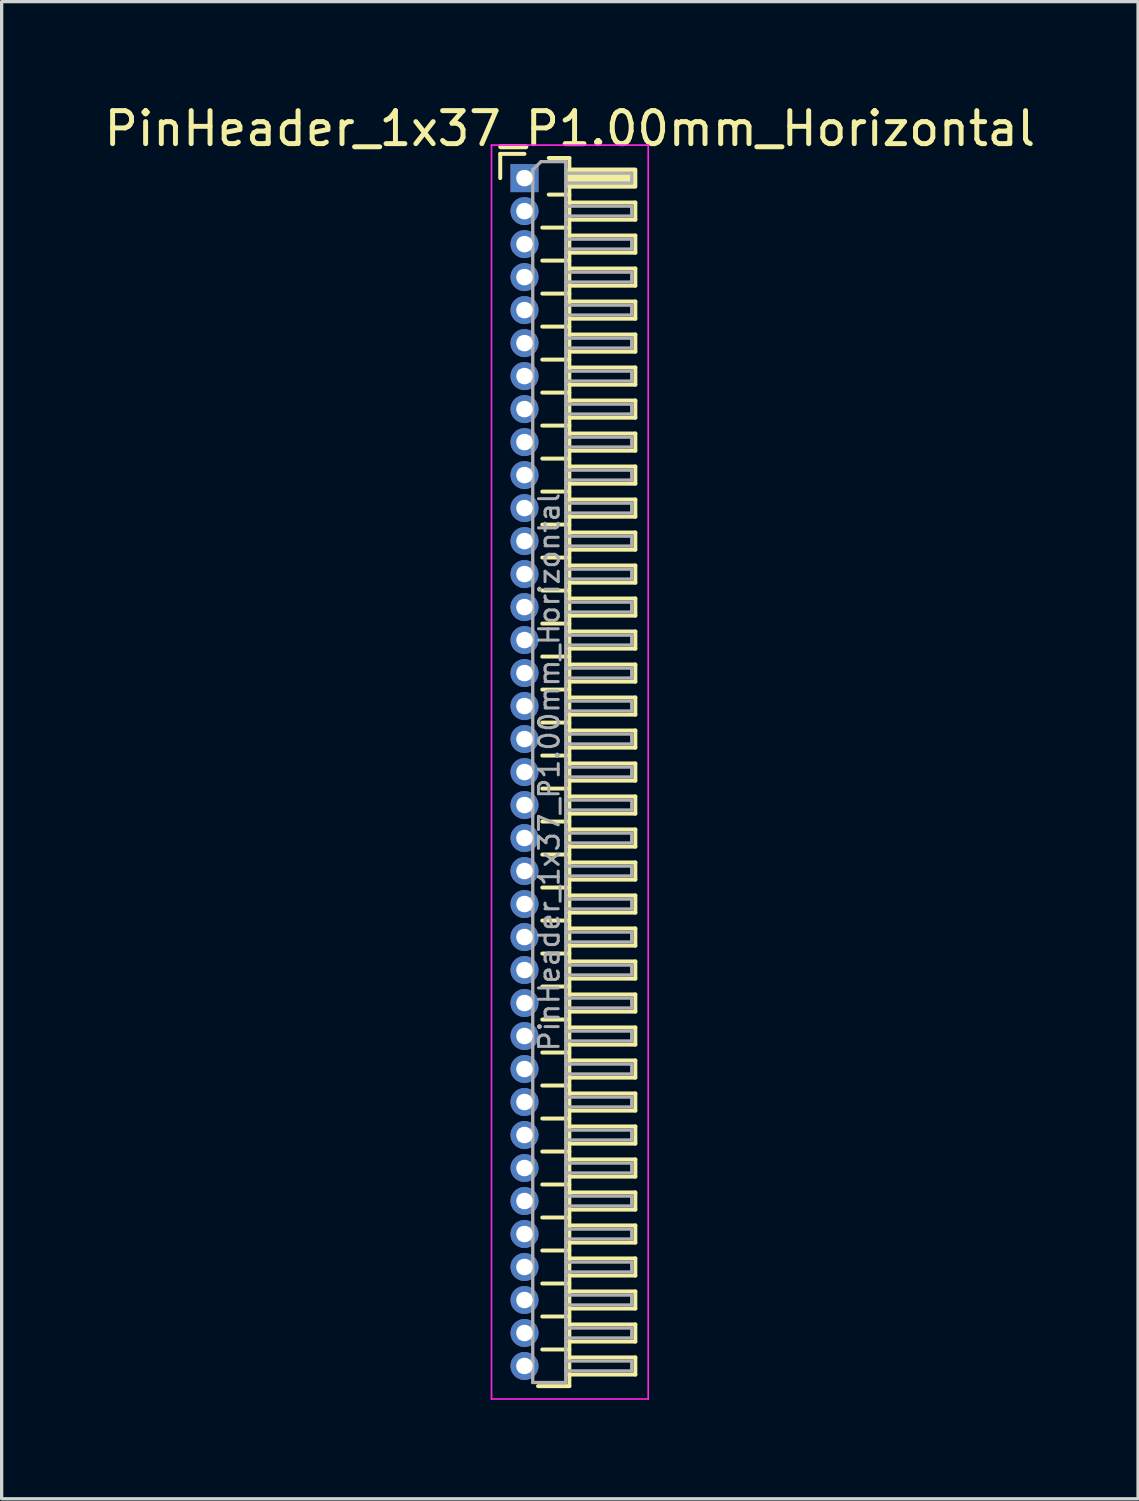
<source format=kicad_pcb>
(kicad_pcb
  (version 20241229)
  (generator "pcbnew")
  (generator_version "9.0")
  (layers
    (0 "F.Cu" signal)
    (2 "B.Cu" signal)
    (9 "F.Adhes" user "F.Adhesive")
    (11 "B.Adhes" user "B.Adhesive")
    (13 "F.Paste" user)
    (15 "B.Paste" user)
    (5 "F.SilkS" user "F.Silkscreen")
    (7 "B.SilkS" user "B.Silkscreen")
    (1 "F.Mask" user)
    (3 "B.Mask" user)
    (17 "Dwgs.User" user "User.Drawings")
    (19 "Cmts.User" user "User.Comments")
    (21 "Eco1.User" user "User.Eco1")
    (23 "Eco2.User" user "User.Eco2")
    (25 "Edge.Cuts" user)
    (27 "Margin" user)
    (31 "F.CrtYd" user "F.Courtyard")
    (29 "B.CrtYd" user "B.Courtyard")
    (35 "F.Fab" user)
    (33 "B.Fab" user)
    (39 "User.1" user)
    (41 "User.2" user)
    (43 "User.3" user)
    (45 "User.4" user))
  (footprint "PinHeader_1x37_P1.00mm_Horizontal"
    (layer "F.Cu")
    (at 12.845 2.348)
    (property "Reference" "PinHeader_1x37_P1.00mm_Horizontal" (at 1.375 -1.5 0) (layer "F.SilkS") (effects (font (size 1 1) (thickness 0.15))))
    (attr through_hole)
    (fp_line (start -0.735 -0.735) (end 0 -0.735) (stroke (width 0.12) (type solid)) (layer "F.SilkS"))
    (fp_line (start -0.735 0) (end -0.735 -0.735) (stroke (width 0.12) (type solid)) (layer "F.SilkS"))
    (fp_line (start 0.539 1.5) (end 1.36 1.5) (stroke (width 0.12) (type solid)) (layer "F.SilkS"))
    (fp_line (start 0.539 2.5) (end 1.36 2.5) (stroke (width 0.12) (type solid)) (layer "F.SilkS"))
    (fp_line (start 0.539 3.5) (end 1.36 3.5) (stroke (width 0.12) (type solid)) (layer "F.SilkS"))
    (fp_line (start 0.539 4.5) (end 1.36 4.5) (stroke (width 0.12) (type solid)) (layer "F.SilkS"))
    (fp_line (start 0.539 5.5) (end 1.36 5.5) (stroke (width 0.12) (type solid)) (layer "F.SilkS"))
    (fp_line (start 0.539 6.5) (end 1.36 6.5) (stroke (width 0.12) (type solid)) (layer "F.SilkS"))
    (fp_line (start 0.539 7.5) (end 1.36 7.5) (stroke (width 0.12) (type solid)) (layer "F.SilkS"))
    (fp_line (start 0.539 8.5) (end 1.36 8.5) (stroke (width 0.12) (type solid)) (layer "F.SilkS"))
    (fp_line (start 0.539 9.5) (end 1.36 9.5) (stroke (width 0.12) (type solid)) (layer "F.SilkS"))
    (fp_line (start 0.539 10.5) (end 1.36 10.5) (stroke (width 0.12) (type solid)) (layer "F.SilkS"))
    (fp_line (start 0.539 11.5) (end 1.36 11.5) (stroke (width 0.12) (type solid)) (layer "F.SilkS"))
    (fp_line (start 0.539 12.5) (end 1.36 12.5) (stroke (width 0.12) (type solid)) (layer "F.SilkS"))
    (fp_line (start 0.539 13.5) (end 1.36 13.5) (stroke (width 0.12) (type solid)) (layer "F.SilkS"))
    (fp_line (start 0.539 14.5) (end 1.36 14.5) (stroke (width 0.12) (type solid)) (layer "F.SilkS"))
    (fp_line (start 0.539 15.5) (end 1.36 15.5) (stroke (width 0.12) (type solid)) (layer "F.SilkS"))
    (fp_line (start 0.539 16.5) (end 1.36 16.5) (stroke (width 0.12) (type solid)) (layer "F.SilkS"))
    (fp_line (start 0.539 17.5) (end 1.36 17.5) (stroke (width 0.12) (type solid)) (layer "F.SilkS"))
    (fp_line (start 0.539 18.5) (end 1.36 18.5) (stroke (width 0.12) (type solid)) (layer "F.SilkS"))
    (fp_line (start 0.539 19.5) (end 1.36 19.5) (stroke (width 0.12) (type solid)) (layer "F.SilkS"))
    (fp_line (start 0.539 20.5) (end 1.36 20.5) (stroke (width 0.12) (type solid)) (layer "F.SilkS"))
    (fp_line (start 0.539 21.5) (end 1.36 21.5) (stroke (width 0.12) (type solid)) (layer "F.SilkS"))
    (fp_line (start 0.539 22.5) (end 1.36 22.5) (stroke (width 0.12) (type solid)) (layer "F.SilkS"))
    (fp_line (start 0.539 23.5) (end 1.36 23.5) (stroke (width 0.12) (type solid)) (layer "F.SilkS"))
    (fp_line (start 0.539 24.5) (end 1.36 24.5) (stroke (width 0.12) (type solid)) (layer "F.SilkS"))
    (fp_line (start 0.539 25.5) (end 1.36 25.5) (stroke (width 0.12) (type solid)) (layer "F.SilkS"))
    (fp_line (start 0.539 26.5) (end 1.36 26.5) (stroke (width 0.12) (type solid)) (layer "F.SilkS"))
    (fp_line (start 0.539 27.5) (end 1.36 27.5) (stroke (width 0.12) (type solid)) (layer "F.SilkS"))
    (fp_line (start 0.539 28.5) (end 1.36 28.5) (stroke (width 0.12) (type solid)) (layer "F.SilkS"))
    (fp_line (start 0.539 29.5) (end 1.36 29.5) (stroke (width 0.12) (type solid)) (layer "F.SilkS"))
    (fp_line (start 0.539 30.5) (end 1.36 30.5) (stroke (width 0.12) (type solid)) (layer "F.SilkS"))
    (fp_line (start 0.539 31.5) (end 1.36 31.5) (stroke (width 0.12) (type solid)) (layer "F.SilkS"))
    (fp_line (start 0.539 32.5) (end 1.36 32.5) (stroke (width 0.12) (type solid)) (layer "F.SilkS"))
    (fp_line (start 0.539 33.5) (end 1.36 33.5) (stroke (width 0.12) (type solid)) (layer "F.SilkS"))
    (fp_line (start 0.539 34.5) (end 1.36 34.5) (stroke (width 0.12) (type solid)) (layer "F.SilkS"))
    (fp_line (start 0.539 35.5) (end 1.36 35.5) (stroke (width 0.12) (type solid)) (layer "F.SilkS"))
    (fp_line (start 0.735 -0.61) (end 1.36 -0.61) (stroke (width 0.12) (type solid)) (layer "F.SilkS"))
    (fp_line (start 0.735 0.5) (end 1.36 0.5) (stroke (width 0.12) (type solid)) (layer "F.SilkS"))
    (fp_line (start 1.36 -0.61) (end 1.36 36.61) (stroke (width 0.12) (type solid)) (layer "F.SilkS"))
    (fp_line (start 1.36 0.74) (end 3.36 0.74) (stroke (width 0.12) (type solid)) (layer "F.SilkS"))
    (fp_line (start 1.36 1.74) (end 3.36 1.74) (stroke (width 0.12) (type solid)) (layer "F.SilkS"))
    (fp_line (start 1.36 2.74) (end 3.36 2.74) (stroke (width 0.12) (type solid)) (layer "F.SilkS"))
    (fp_line (start 1.36 3.74) (end 3.36 3.74) (stroke (width 0.12) (type solid)) (layer "F.SilkS"))
    (fp_line (start 1.36 4.74) (end 3.36 4.74) (stroke (width 0.12) (type solid)) (layer "F.SilkS"))
    (fp_line (start 1.36 5.74) (end 3.36 5.74) (stroke (width 0.12) (type solid)) (layer "F.SilkS"))
    (fp_line (start 1.36 6.74) (end 3.36 6.74) (stroke (width 0.12) (type solid)) (layer "F.SilkS"))
    (fp_line (start 1.36 7.74) (end 3.36 7.74) (stroke (width 0.12) (type solid)) (layer "F.SilkS"))
    (fp_line (start 1.36 8.74) (end 3.36 8.74) (stroke (width 0.12) (type solid)) (layer "F.SilkS"))
    (fp_line (start 1.36 9.74) (end 3.36 9.74) (stroke (width 0.12) (type solid)) (layer "F.SilkS"))
    (fp_line (start 1.36 10.74) (end 3.36 10.74) (stroke (width 0.12) (type solid)) (layer "F.SilkS"))
    (fp_line (start 1.36 11.74) (end 3.36 11.74) (stroke (width 0.12) (type solid)) (layer "F.SilkS"))
    (fp_line (start 1.36 12.74) (end 3.36 12.74) (stroke (width 0.12) (type solid)) (layer "F.SilkS"))
    (fp_line (start 1.36 13.74) (end 3.36 13.74) (stroke (width 0.12) (type solid)) (layer "F.SilkS"))
    (fp_line (start 1.36 14.74) (end 3.36 14.74) (stroke (width 0.12) (type solid)) (layer "F.SilkS"))
    (fp_line (start 1.36 15.74) (end 3.36 15.74) (stroke (width 0.12) (type solid)) (layer "F.SilkS"))
    (fp_line (start 1.36 16.74) (end 3.36 16.74) (stroke (width 0.12) (type solid)) (layer "F.SilkS"))
    (fp_line (start 1.36 17.74) (end 3.36 17.74) (stroke (width 0.12) (type solid)) (layer "F.SilkS"))
    (fp_line (start 1.36 18.74) (end 3.36 18.74) (stroke (width 0.12) (type solid)) (layer "F.SilkS"))
    (fp_line (start 1.36 19.74) (end 3.36 19.74) (stroke (width 0.12) (type solid)) (layer "F.SilkS"))
    (fp_line (start 1.36 20.74) (end 3.36 20.74) (stroke (width 0.12) (type solid)) (layer "F.SilkS"))
    (fp_line (start 1.36 21.74) (end 3.36 21.74) (stroke (width 0.12) (type solid)) (layer "F.SilkS"))
    (fp_line (start 1.36 22.74) (end 3.36 22.74) (stroke (width 0.12) (type solid)) (layer "F.SilkS"))
    (fp_line (start 1.36 23.74) (end 3.36 23.74) (stroke (width 0.12) (type solid)) (layer "F.SilkS"))
    (fp_line (start 1.36 24.74) (end 3.36 24.74) (stroke (width 0.12) (type solid)) (layer "F.SilkS"))
    (fp_line (start 1.36 25.74) (end 3.36 25.74) (stroke (width 0.12) (type solid)) (layer "F.SilkS"))
    (fp_line (start 1.36 26.74) (end 3.36 26.74) (stroke (width 0.12) (type solid)) (layer "F.SilkS"))
    (fp_line (start 1.36 27.74) (end 3.36 27.74) (stroke (width 0.12) (type solid)) (layer "F.SilkS"))
    (fp_line (start 1.36 28.74) (end 3.36 28.74) (stroke (width 0.12) (type solid)) (layer "F.SilkS"))
    (fp_line (start 1.36 29.74) (end 3.36 29.74) (stroke (width 0.12) (type solid)) (layer "F.SilkS"))
    (fp_line (start 1.36 30.74) (end 3.36 30.74) (stroke (width 0.12) (type solid)) (layer "F.SilkS"))
    (fp_line (start 1.36 31.74) (end 3.36 31.74) (stroke (width 0.12) (type solid)) (layer "F.SilkS"))
    (fp_line (start 1.36 32.74) (end 3.36 32.74) (stroke (width 0.12) (type solid)) (layer "F.SilkS"))
    (fp_line (start 1.36 33.74) (end 3.36 33.74) (stroke (width 0.12) (type solid)) (layer "F.SilkS"))
    (fp_line (start 1.36 34.74) (end 3.36 34.74) (stroke (width 0.12) (type solid)) (layer "F.SilkS"))
    (fp_line (start 1.36 35.74) (end 3.36 35.74) (stroke (width 0.12) (type solid)) (layer "F.SilkS"))
    (fp_line (start 1.36 36.61) (end 0.41 36.61) (stroke (width 0.12) (type solid)) (layer "F.SilkS"))
    (fp_line (start 3.36 0.74) (end 3.36 1.26) (stroke (width 0.12) (type solid)) (layer "F.SilkS"))
    (fp_line (start 3.36 1.26) (end 1.36 1.26) (stroke (width 0.12) (type solid)) (layer "F.SilkS"))
    (fp_line (start 3.36 1.74) (end 3.36 2.26) (stroke (width 0.12) (type solid)) (layer "F.SilkS"))
    (fp_line (start 3.36 2.26) (end 1.36 2.26) (stroke (width 0.12) (type solid)) (layer "F.SilkS"))
    (fp_line (start 3.36 2.74) (end 3.36 3.26) (stroke (width 0.12) (type solid)) (layer "F.SilkS"))
    (fp_line (start 3.36 3.26) (end 1.36 3.26) (stroke (width 0.12) (type solid)) (layer "F.SilkS"))
    (fp_line (start 3.36 3.74) (end 3.36 4.26) (stroke (width 0.12) (type solid)) (layer "F.SilkS"))
    (fp_line (start 3.36 4.26) (end 1.36 4.26) (stroke (width 0.12) (type solid)) (layer "F.SilkS"))
    (fp_line (start 3.36 4.74) (end 3.36 5.26) (stroke (width 0.12) (type solid)) (layer "F.SilkS"))
    (fp_line (start 3.36 5.26) (end 1.36 5.26) (stroke (width 0.12) (type solid)) (layer "F.SilkS"))
    (fp_line (start 3.36 5.74) (end 3.36 6.26) (stroke (width 0.12) (type solid)) (layer "F.SilkS"))
    (fp_line (start 3.36 6.26) (end 1.36 6.26) (stroke (width 0.12) (type solid)) (layer "F.SilkS"))
    (fp_line (start 3.36 6.74) (end 3.36 7.26) (stroke (width 0.12) (type solid)) (layer "F.SilkS"))
    (fp_line (start 3.36 7.26) (end 1.36 7.26) (stroke (width 0.12) (type solid)) (layer "F.SilkS"))
    (fp_line (start 3.36 7.74) (end 3.36 8.26) (stroke (width 0.12) (type solid)) (layer "F.SilkS"))
    (fp_line (start 3.36 8.26) (end 1.36 8.26) (stroke (width 0.12) (type solid)) (layer "F.SilkS"))
    (fp_line (start 3.36 8.74) (end 3.36 9.26) (stroke (width 0.12) (type solid)) (layer "F.SilkS"))
    (fp_line (start 3.36 9.26) (end 1.36 9.26) (stroke (width 0.12) (type solid)) (layer "F.SilkS"))
    (fp_line (start 3.36 9.74) (end 3.36 10.26) (stroke (width 0.12) (type solid)) (layer "F.SilkS"))
    (fp_line (start 3.36 10.26) (end 1.36 10.26) (stroke (width 0.12) (type solid)) (layer "F.SilkS"))
    (fp_line (start 3.36 10.74) (end 3.36 11.26) (stroke (width 0.12) (type solid)) (layer "F.SilkS"))
    (fp_line (start 3.36 11.26) (end 1.36 11.26) (stroke (width 0.12) (type solid)) (layer "F.SilkS"))
    (fp_line (start 3.36 11.74) (end 3.36 12.26) (stroke (width 0.12) (type solid)) (layer "F.SilkS"))
    (fp_line (start 3.36 12.26) (end 1.36 12.26) (stroke (width 0.12) (type solid)) (layer "F.SilkS"))
    (fp_line (start 3.36 12.74) (end 3.36 13.26) (stroke (width 0.12) (type solid)) (layer "F.SilkS"))
    (fp_line (start 3.36 13.26) (end 1.36 13.26) (stroke (width 0.12) (type solid)) (layer "F.SilkS"))
    (fp_line (start 3.36 13.74) (end 3.36 14.26) (stroke (width 0.12) (type solid)) (layer "F.SilkS"))
    (fp_line (start 3.36 14.26) (end 1.36 14.26) (stroke (width 0.12) (type solid)) (layer "F.SilkS"))
    (fp_line (start 3.36 14.74) (end 3.36 15.26) (stroke (width 0.12) (type solid)) (layer "F.SilkS"))
    (fp_line (start 3.36 15.26) (end 1.36 15.26) (stroke (width 0.12) (type solid)) (layer "F.SilkS"))
    (fp_line (start 3.36 15.74) (end 3.36 16.26) (stroke (width 0.12) (type solid)) (layer "F.SilkS"))
    (fp_line (start 3.36 16.26) (end 1.36 16.26) (stroke (width 0.12) (type solid)) (layer "F.SilkS"))
    (fp_line (start 3.36 16.74) (end 3.36 17.26) (stroke (width 0.12) (type solid)) (layer "F.SilkS"))
    (fp_line (start 3.36 17.26) (end 1.36 17.26) (stroke (width 0.12) (type solid)) (layer "F.SilkS"))
    (fp_line (start 3.36 17.74) (end 3.36 18.26) (stroke (width 0.12) (type solid)) (layer "F.SilkS"))
    (fp_line (start 3.36 18.26) (end 1.36 18.26) (stroke (width 0.12) (type solid)) (layer "F.SilkS"))
    (fp_line (start 3.36 18.74) (end 3.36 19.26) (stroke (width 0.12) (type solid)) (layer "F.SilkS"))
    (fp_line (start 3.36 19.26) (end 1.36 19.26) (stroke (width 0.12) (type solid)) (layer "F.SilkS"))
    (fp_line (start 3.36 19.74) (end 3.36 20.26) (stroke (width 0.12) (type solid)) (layer "F.SilkS"))
    (fp_line (start 3.36 20.26) (end 1.36 20.26) (stroke (width 0.12) (type solid)) (layer "F.SilkS"))
    (fp_line (start 3.36 20.74) (end 3.36 21.26) (stroke (width 0.12) (type solid)) (layer "F.SilkS"))
    (fp_line (start 3.36 21.26) (end 1.36 21.26) (stroke (width 0.12) (type solid)) (layer "F.SilkS"))
    (fp_line (start 3.36 21.74) (end 3.36 22.26) (stroke (width 0.12) (type solid)) (layer "F.SilkS"))
    (fp_line (start 3.36 22.26) (end 1.36 22.26) (stroke (width 0.12) (type solid)) (layer "F.SilkS"))
    (fp_line (start 3.36 22.74) (end 3.36 23.26) (stroke (width 0.12) (type solid)) (layer "F.SilkS"))
    (fp_line (start 3.36 23.26) (end 1.36 23.26) (stroke (width 0.12) (type solid)) (layer "F.SilkS"))
    (fp_line (start 3.36 23.74) (end 3.36 24.26) (stroke (width 0.12) (type solid)) (layer "F.SilkS"))
    (fp_line (start 3.36 24.26) (end 1.36 24.26) (stroke (width 0.12) (type solid)) (layer "F.SilkS"))
    (fp_line (start 3.36 24.74) (end 3.36 25.26) (stroke (width 0.12) (type solid)) (layer "F.SilkS"))
    (fp_line (start 3.36 25.26) (end 1.36 25.26) (stroke (width 0.12) (type solid)) (layer "F.SilkS"))
    (fp_line (start 3.36 25.74) (end 3.36 26.26) (stroke (width 0.12) (type solid)) (layer "F.SilkS"))
    (fp_line (start 3.36 26.26) (end 1.36 26.26) (stroke (width 0.12) (type solid)) (layer "F.SilkS"))
    (fp_line (start 3.36 26.74) (end 3.36 27.26) (stroke (width 0.12) (type solid)) (layer "F.SilkS"))
    (fp_line (start 3.36 27.26) (end 1.36 27.26) (stroke (width 0.12) (type solid)) (layer "F.SilkS"))
    (fp_line (start 3.36 27.74) (end 3.36 28.26) (stroke (width 0.12) (type solid)) (layer "F.SilkS"))
    (fp_line (start 3.36 28.26) (end 1.36 28.26) (stroke (width 0.12) (type solid)) (layer "F.SilkS"))
    (fp_line (start 3.36 28.74) (end 3.36 29.26) (stroke (width 0.12) (type solid)) (layer "F.SilkS"))
    (fp_line (start 3.36 29.26) (end 1.36 29.26) (stroke (width 0.12) (type solid)) (layer "F.SilkS"))
    (fp_line (start 3.36 29.74) (end 3.36 30.26) (stroke (width 0.12) (type solid)) (layer "F.SilkS"))
    (fp_line (start 3.36 30.26) (end 1.36 30.26) (stroke (width 0.12) (type solid)) (layer "F.SilkS"))
    (fp_line (start 3.36 30.74) (end 3.36 31.26) (stroke (width 0.12) (type solid)) (layer "F.SilkS"))
    (fp_line (start 3.36 31.26) (end 1.36 31.26) (stroke (width 0.12) (type solid)) (layer "F.SilkS"))
    (fp_line (start 3.36 31.74) (end 3.36 32.26) (stroke (width 0.12) (type solid)) (layer "F.SilkS"))
    (fp_line (start 3.36 32.26) (end 1.36 32.26) (stroke (width 0.12) (type solid)) (layer "F.SilkS"))
    (fp_line (start 3.36 32.74) (end 3.36 33.26) (stroke (width 0.12) (type solid)) (layer "F.SilkS"))
    (fp_line (start 3.36 33.26) (end 1.36 33.26) (stroke (width 0.12) (type solid)) (layer "F.SilkS"))
    (fp_line (start 3.36 33.74) (end 3.36 34.26) (stroke (width 0.12) (type solid)) (layer "F.SilkS"))
    (fp_line (start 3.36 34.26) (end 1.36 34.26) (stroke (width 0.12) (type solid)) (layer "F.SilkS"))
    (fp_line (start 3.36 34.74) (end 3.36 35.26) (stroke (width 0.12) (type solid)) (layer "F.SilkS"))
    (fp_line (start 3.36 35.26) (end 1.36 35.26) (stroke (width 0.12) (type solid)) (layer "F.SilkS"))
    (fp_line (start 3.36 35.74) (end 3.36 36.26) (stroke (width 0.12) (type solid)) (layer "F.SilkS"))
    (fp_line (start 3.36 36.26) (end 1.36 36.26) (stroke (width 0.12) (type solid)) (layer "F.SilkS"))
    (fp_rect (start 1.36 -0.26) (end 3.36 0.26) (stroke (width 0.12) (type solid)) (fill yes) (layer "F.SilkS"))
    (fp_line (start -1 -1) (end -1 37) (stroke (width 0.05) (type solid)) (layer "F.CrtYd"))
    (fp_line (start -1 37) (end 3.75 37) (stroke (width 0.05) (type solid)) (layer "F.CrtYd"))
    (fp_line (start 3.75 -1) (end -1 -1) (stroke (width 0.05) (type solid)) (layer "F.CrtYd"))
    (fp_line (start 3.75 37) (end 3.75 -1) (stroke (width 0.05) (type solid)) (layer "F.CrtYd"))
    (fp_line (start -0.15 -0.15) (end -0.15 0.15) (stroke (width 0.1) (type solid)) (layer "F.Fab"))
    (fp_line (start -0.15 -0.15) (end 0.25 -0.15) (stroke (width 0.1) (type solid)) (layer "F.Fab"))
    (fp_line (start -0.15 0.15) (end 0.25 0.15) (stroke (width 0.1) (type solid)) (layer "F.Fab"))
    (fp_line (start -0.15 0.85) (end -0.15 1.15) (stroke (width 0.1) (type solid)) (layer "F.Fab"))
    (fp_line (start -0.15 0.85) (end 0.25 0.85) (stroke (width 0.1) (type solid)) (layer "F.Fab"))
    (fp_line (start -0.15 1.15) (end 0.25 1.15) (stroke (width 0.1) (type solid)) (layer "F.Fab"))
    (fp_line (start -0.15 1.85) (end -0.15 2.15) (stroke (width 0.1) (type solid)) (layer "F.Fab"))
    (fp_line (start -0.15 1.85) (end 0.25 1.85) (stroke (width 0.1) (type solid)) (layer "F.Fab"))
    (fp_line (start -0.15 2.15) (end 0.25 2.15) (stroke (width 0.1) (type solid)) (layer "F.Fab"))
    (fp_line (start -0.15 2.85) (end -0.15 3.15) (stroke (width 0.1) (type solid)) (layer "F.Fab"))
    (fp_line (start -0.15 2.85) (end 0.25 2.85) (stroke (width 0.1) (type solid)) (layer "F.Fab"))
    (fp_line (start -0.15 3.15) (end 0.25 3.15) (stroke (width 0.1) (type solid)) (layer "F.Fab"))
    (fp_line (start -0.15 3.85) (end -0.15 4.15) (stroke (width 0.1) (type solid)) (layer "F.Fab"))
    (fp_line (start -0.15 3.85) (end 0.25 3.85) (stroke (width 0.1) (type solid)) (layer "F.Fab"))
    (fp_line (start -0.15 4.15) (end 0.25 4.15) (stroke (width 0.1) (type solid)) (layer "F.Fab"))
    (fp_line (start -0.15 4.85) (end -0.15 5.15) (stroke (width 0.1) (type solid)) (layer "F.Fab"))
    (fp_line (start -0.15 4.85) (end 0.25 4.85) (stroke (width 0.1) (type solid)) (layer "F.Fab"))
    (fp_line (start -0.15 5.15) (end 0.25 5.15) (stroke (width 0.1) (type solid)) (layer "F.Fab"))
    (fp_line (start -0.15 5.85) (end -0.15 6.15) (stroke (width 0.1) (type solid)) (layer "F.Fab"))
    (fp_line (start -0.15 5.85) (end 0.25 5.85) (stroke (width 0.1) (type solid)) (layer "F.Fab"))
    (fp_line (start -0.15 6.15) (end 0.25 6.15) (stroke (width 0.1) (type solid)) (layer "F.Fab"))
    (fp_line (start -0.15 6.85) (end -0.15 7.15) (stroke (width 0.1) (type solid)) (layer "F.Fab"))
    (fp_line (start -0.15 6.85) (end 0.25 6.85) (stroke (width 0.1) (type solid)) (layer "F.Fab"))
    (fp_line (start -0.15 7.15) (end 0.25 7.15) (stroke (width 0.1) (type solid)) (layer "F.Fab"))
    (fp_line (start -0.15 7.85) (end -0.15 8.15) (stroke (width 0.1) (type solid)) (layer "F.Fab"))
    (fp_line (start -0.15 7.85) (end 0.25 7.85) (stroke (width 0.1) (type solid)) (layer "F.Fab"))
    (fp_line (start -0.15 8.15) (end 0.25 8.15) (stroke (width 0.1) (type solid)) (layer "F.Fab"))
    (fp_line (start -0.15 8.85) (end -0.15 9.15) (stroke (width 0.1) (type solid)) (layer "F.Fab"))
    (fp_line (start -0.15 8.85) (end 0.25 8.85) (stroke (width 0.1) (type solid)) (layer "F.Fab"))
    (fp_line (start -0.15 9.15) (end 0.25 9.15) (stroke (width 0.1) (type solid)) (layer "F.Fab"))
    (fp_line (start -0.15 9.85) (end -0.15 10.15) (stroke (width 0.1) (type solid)) (layer "F.Fab"))
    (fp_line (start -0.15 9.85) (end 0.25 9.85) (stroke (width 0.1) (type solid)) (layer "F.Fab"))
    (fp_line (start -0.15 10.15) (end 0.25 10.15) (stroke (width 0.1) (type solid)) (layer "F.Fab"))
    (fp_line (start -0.15 10.85) (end -0.15 11.15) (stroke (width 0.1) (type solid)) (layer "F.Fab"))
    (fp_line (start -0.15 10.85) (end 0.25 10.85) (stroke (width 0.1) (type solid)) (layer "F.Fab"))
    (fp_line (start -0.15 11.15) (end 0.25 11.15) (stroke (width 0.1) (type solid)) (layer "F.Fab"))
    (fp_line (start -0.15 11.85) (end -0.15 12.15) (stroke (width 0.1) (type solid)) (layer "F.Fab"))
    (fp_line (start -0.15 11.85) (end 0.25 11.85) (stroke (width 0.1) (type solid)) (layer "F.Fab"))
    (fp_line (start -0.15 12.15) (end 0.25 12.15) (stroke (width 0.1) (type solid)) (layer "F.Fab"))
    (fp_line (start -0.15 12.85) (end -0.15 13.15) (stroke (width 0.1) (type solid)) (layer "F.Fab"))
    (fp_line (start -0.15 12.85) (end 0.25 12.85) (stroke (width 0.1) (type solid)) (layer "F.Fab"))
    (fp_line (start -0.15 13.15) (end 0.25 13.15) (stroke (width 0.1) (type solid)) (layer "F.Fab"))
    (fp_line (start -0.15 13.85) (end -0.15 14.15) (stroke (width 0.1) (type solid)) (layer "F.Fab"))
    (fp_line (start -0.15 13.85) (end 0.25 13.85) (stroke (width 0.1) (type solid)) (layer "F.Fab"))
    (fp_line (start -0.15 14.15) (end 0.25 14.15) (stroke (width 0.1) (type solid)) (layer "F.Fab"))
    (fp_line (start -0.15 14.85) (end -0.15 15.15) (stroke (width 0.1) (type solid)) (layer "F.Fab"))
    (fp_line (start -0.15 14.85) (end 0.25 14.85) (stroke (width 0.1) (type solid)) (layer "F.Fab"))
    (fp_line (start -0.15 15.15) (end 0.25 15.15) (stroke (width 0.1) (type solid)) (layer "F.Fab"))
    (fp_line (start -0.15 15.85) (end -0.15 16.15) (stroke (width 0.1) (type solid)) (layer "F.Fab"))
    (fp_line (start -0.15 15.85) (end 0.25 15.85) (stroke (width 0.1) (type solid)) (layer "F.Fab"))
    (fp_line (start -0.15 16.15) (end 0.25 16.15) (stroke (width 0.1) (type solid)) (layer "F.Fab"))
    (fp_line (start -0.15 16.85) (end -0.15 17.15) (stroke (width 0.1) (type solid)) (layer "F.Fab"))
    (fp_line (start -0.15 16.85) (end 0.25 16.85) (stroke (width 0.1) (type solid)) (layer "F.Fab"))
    (fp_line (start -0.15 17.15) (end 0.25 17.15) (stroke (width 0.1) (type solid)) (layer "F.Fab"))
    (fp_line (start -0.15 17.85) (end -0.15 18.15) (stroke (width 0.1) (type solid)) (layer "F.Fab"))
    (fp_line (start -0.15 17.85) (end 0.25 17.85) (stroke (width 0.1) (type solid)) (layer "F.Fab"))
    (fp_line (start -0.15 18.15) (end 0.25 18.15) (stroke (width 0.1) (type solid)) (layer "F.Fab"))
    (fp_line (start -0.15 18.85) (end -0.15 19.15) (stroke (width 0.1) (type solid)) (layer "F.Fab"))
    (fp_line (start -0.15 18.85) (end 0.25 18.85) (stroke (width 0.1) (type solid)) (layer "F.Fab"))
    (fp_line (start -0.15 19.15) (end 0.25 19.15) (stroke (width 0.1) (type solid)) (layer "F.Fab"))
    (fp_line (start -0.15 19.85) (end -0.15 20.15) (stroke (width 0.1) (type solid)) (layer "F.Fab"))
    (fp_line (start -0.15 19.85) (end 0.25 19.85) (stroke (width 0.1) (type solid)) (layer "F.Fab"))
    (fp_line (start -0.15 20.15) (end 0.25 20.15) (stroke (width 0.1) (type solid)) (layer "F.Fab"))
    (fp_line (start -0.15 20.85) (end -0.15 21.15) (stroke (width 0.1) (type solid)) (layer "F.Fab"))
    (fp_line (start -0.15 20.85) (end 0.25 20.85) (stroke (width 0.1) (type solid)) (layer "F.Fab"))
    (fp_line (start -0.15 21.15) (end 0.25 21.15) (stroke (width 0.1) (type solid)) (layer "F.Fab"))
    (fp_line (start -0.15 21.85) (end -0.15 22.15) (stroke (width 0.1) (type solid)) (layer "F.Fab"))
    (fp_line (start -0.15 21.85) (end 0.25 21.85) (stroke (width 0.1) (type solid)) (layer "F.Fab"))
    (fp_line (start -0.15 22.15) (end 0.25 22.15) (stroke (width 0.1) (type solid)) (layer "F.Fab"))
    (fp_line (start -0.15 22.85) (end -0.15 23.15) (stroke (width 0.1) (type solid)) (layer "F.Fab"))
    (fp_line (start -0.15 22.85) (end 0.25 22.85) (stroke (width 0.1) (type solid)) (layer "F.Fab"))
    (fp_line (start -0.15 23.15) (end 0.25 23.15) (stroke (width 0.1) (type solid)) (layer "F.Fab"))
    (fp_line (start -0.15 23.85) (end -0.15 24.15) (stroke (width 0.1) (type solid)) (layer "F.Fab"))
    (fp_line (start -0.15 23.85) (end 0.25 23.85) (stroke (width 0.1) (type solid)) (layer "F.Fab"))
    (fp_line (start -0.15 24.15) (end 0.25 24.15) (stroke (width 0.1) (type solid)) (layer "F.Fab"))
    (fp_line (start -0.15 24.85) (end -0.15 25.15) (stroke (width 0.1) (type solid)) (layer "F.Fab"))
    (fp_line (start -0.15 24.85) (end 0.25 24.85) (stroke (width 0.1) (type solid)) (layer "F.Fab"))
    (fp_line (start -0.15 25.15) (end 0.25 25.15) (stroke (width 0.1) (type solid)) (layer "F.Fab"))
    (fp_line (start -0.15 25.85) (end -0.15 26.15) (stroke (width 0.1) (type solid)) (layer "F.Fab"))
    (fp_line (start -0.15 25.85) (end 0.25 25.85) (stroke (width 0.1) (type solid)) (layer "F.Fab"))
    (fp_line (start -0.15 26.15) (end 0.25 26.15) (stroke (width 0.1) (type solid)) (layer "F.Fab"))
    (fp_line (start -0.15 26.85) (end -0.15 27.15) (stroke (width 0.1) (type solid)) (layer "F.Fab"))
    (fp_line (start -0.15 26.85) (end 0.25 26.85) (stroke (width 0.1) (type solid)) (layer "F.Fab"))
    (fp_line (start -0.15 27.15) (end 0.25 27.15) (stroke (width 0.1) (type solid)) (layer "F.Fab"))
    (fp_line (start -0.15 27.85) (end -0.15 28.15) (stroke (width 0.1) (type solid)) (layer "F.Fab"))
    (fp_line (start -0.15 27.85) (end 0.25 27.85) (stroke (width 0.1) (type solid)) (layer "F.Fab"))
    (fp_line (start -0.15 28.15) (end 0.25 28.15) (stroke (width 0.1) (type solid)) (layer "F.Fab"))
    (fp_line (start -0.15 28.85) (end -0.15 29.15) (stroke (width 0.1) (type solid)) (layer "F.Fab"))
    (fp_line (start -0.15 28.85) (end 0.25 28.85) (stroke (width 0.1) (type solid)) (layer "F.Fab"))
    (fp_line (start -0.15 29.15) (end 0.25 29.15) (stroke (width 0.1) (type solid)) (layer "F.Fab"))
    (fp_line (start -0.15 29.85) (end -0.15 30.15) (stroke (width 0.1) (type solid)) (layer "F.Fab"))
    (fp_line (start -0.15 29.85) (end 0.25 29.85) (stroke (width 0.1) (type solid)) (layer "F.Fab"))
    (fp_line (start -0.15 30.15) (end 0.25 30.15) (stroke (width 0.1) (type solid)) (layer "F.Fab"))
    (fp_line (start -0.15 30.85) (end -0.15 31.15) (stroke (width 0.1) (type solid)) (layer "F.Fab"))
    (fp_line (start -0.15 30.85) (end 0.25 30.85) (stroke (width 0.1) (type solid)) (layer "F.Fab"))
    (fp_line (start -0.15 31.15) (end 0.25 31.15) (stroke (width 0.1) (type solid)) (layer "F.Fab"))
    (fp_line (start -0.15 31.85) (end -0.15 32.15) (stroke (width 0.1) (type solid)) (layer "F.Fab"))
    (fp_line (start -0.15 31.85) (end 0.25 31.85) (stroke (width 0.1) (type solid)) (layer "F.Fab"))
    (fp_line (start -0.15 32.15) (end 0.25 32.15) (stroke (width 0.1) (type solid)) (layer "F.Fab"))
    (fp_line (start -0.15 32.85) (end -0.15 33.15) (stroke (width 0.1) (type solid)) (layer "F.Fab"))
    (fp_line (start -0.15 32.85) (end 0.25 32.85) (stroke (width 0.1) (type solid)) (layer "F.Fab"))
    (fp_line (start -0.15 33.15) (end 0.25 33.15) (stroke (width 0.1) (type solid)) (layer "F.Fab"))
    (fp_line (start -0.15 33.85) (end -0.15 34.15) (stroke (width 0.1) (type solid)) (layer "F.Fab"))
    (fp_line (start -0.15 33.85) (end 0.25 33.85) (stroke (width 0.1) (type solid)) (layer "F.Fab"))
    (fp_line (start -0.15 34.15) (end 0.25 34.15) (stroke (width 0.1) (type solid)) (layer "F.Fab"))
    (fp_line (start -0.15 34.85) (end -0.15 35.15) (stroke (width 0.1) (type solid)) (layer "F.Fab"))
    (fp_line (start -0.15 34.85) (end 0.25 34.85) (stroke (width 0.1) (type solid)) (layer "F.Fab"))
    (fp_line (start -0.15 35.15) (end 0.25 35.15) (stroke (width 0.1) (type solid)) (layer "F.Fab"))
    (fp_line (start -0.15 35.85) (end -0.15 36.15) (stroke (width 0.1) (type solid)) (layer "F.Fab"))
    (fp_line (start -0.15 35.85) (end 0.25 35.85) (stroke (width 0.1) (type solid)) (layer "F.Fab"))
    (fp_line (start -0.15 36.15) (end 0.25 36.15) (stroke (width 0.1) (type solid)) (layer "F.Fab"))
    (fp_line (start 0.25 -0.25) (end 0.5 -0.5) (stroke (width 0.1) (type solid)) (layer "F.Fab"))
    (fp_line (start 0.25 36.5) (end 0.25 -0.25) (stroke (width 0.1) (type solid)) (layer "F.Fab"))
    (fp_line (start 0.5 -0.5) (end 1.25 -0.5) (stroke (width 0.1) (type solid)) (layer "F.Fab"))
    (fp_line (start 1.25 -0.5) (end 1.25 36.5) (stroke (width 0.1) (type solid)) (layer "F.Fab"))
    (fp_line (start 1.25 -0.15) (end 3.25 -0.15) (stroke (width 0.1) (type solid)) (layer "F.Fab"))
    (fp_line (start 1.25 0.15) (end 3.25 0.15) (stroke (width 0.1) (type solid)) (layer "F.Fab"))
    (fp_line (start 1.25 0.85) (end 3.25 0.85) (stroke (width 0.1) (type solid)) (layer "F.Fab"))
    (fp_line (start 1.25 1.15) (end 3.25 1.15) (stroke (width 0.1) (type solid)) (layer "F.Fab"))
    (fp_line (start 1.25 1.85) (end 3.25 1.85) (stroke (width 0.1) (type solid)) (layer "F.Fab"))
    (fp_line (start 1.25 2.15) (end 3.25 2.15) (stroke (width 0.1) (type solid)) (layer "F.Fab"))
    (fp_line (start 1.25 2.85) (end 3.25 2.85) (stroke (width 0.1) (type solid)) (layer "F.Fab"))
    (fp_line (start 1.25 3.15) (end 3.25 3.15) (stroke (width 0.1) (type solid)) (layer "F.Fab"))
    (fp_line (start 1.25 3.85) (end 3.25 3.85) (stroke (width 0.1) (type solid)) (layer "F.Fab"))
    (fp_line (start 1.25 4.15) (end 3.25 4.15) (stroke (width 0.1) (type solid)) (layer "F.Fab"))
    (fp_line (start 1.25 4.85) (end 3.25 4.85) (stroke (width 0.1) (type solid)) (layer "F.Fab"))
    (fp_line (start 1.25 5.15) (end 3.25 5.15) (stroke (width 0.1) (type solid)) (layer "F.Fab"))
    (fp_line (start 1.25 5.85) (end 3.25 5.85) (stroke (width 0.1) (type solid)) (layer "F.Fab"))
    (fp_line (start 1.25 6.15) (end 3.25 6.15) (stroke (width 0.1) (type solid)) (layer "F.Fab"))
    (fp_line (start 1.25 6.85) (end 3.25 6.85) (stroke (width 0.1) (type solid)) (layer "F.Fab"))
    (fp_line (start 1.25 7.15) (end 3.25 7.15) (stroke (width 0.1) (type solid)) (layer "F.Fab"))
    (fp_line (start 1.25 7.85) (end 3.25 7.85) (stroke (width 0.1) (type solid)) (layer "F.Fab"))
    (fp_line (start 1.25 8.15) (end 3.25 8.15) (stroke (width 0.1) (type solid)) (layer "F.Fab"))
    (fp_line (start 1.25 8.85) (end 3.25 8.85) (stroke (width 0.1) (type solid)) (layer "F.Fab"))
    (fp_line (start 1.25 9.15) (end 3.25 9.15) (stroke (width 0.1) (type solid)) (layer "F.Fab"))
    (fp_line (start 1.25 9.85) (end 3.25 9.85) (stroke (width 0.1) (type solid)) (layer "F.Fab"))
    (fp_line (start 1.25 10.15) (end 3.25 10.15) (stroke (width 0.1) (type solid)) (layer "F.Fab"))
    (fp_line (start 1.25 10.85) (end 3.25 10.85) (stroke (width 0.1) (type solid)) (layer "F.Fab"))
    (fp_line (start 1.25 11.15) (end 3.25 11.15) (stroke (width 0.1) (type solid)) (layer "F.Fab"))
    (fp_line (start 1.25 11.85) (end 3.25 11.85) (stroke (width 0.1) (type solid)) (layer "F.Fab"))
    (fp_line (start 1.25 12.15) (end 3.25 12.15) (stroke (width 0.1) (type solid)) (layer "F.Fab"))
    (fp_line (start 1.25 12.85) (end 3.25 12.85) (stroke (width 0.1) (type solid)) (layer "F.Fab"))
    (fp_line (start 1.25 13.15) (end 3.25 13.15) (stroke (width 0.1) (type solid)) (layer "F.Fab"))
    (fp_line (start 1.25 13.85) (end 3.25 13.85) (stroke (width 0.1) (type solid)) (layer "F.Fab"))
    (fp_line (start 1.25 14.15) (end 3.25 14.15) (stroke (width 0.1) (type solid)) (layer "F.Fab"))
    (fp_line (start 1.25 14.85) (end 3.25 14.85) (stroke (width 0.1) (type solid)) (layer "F.Fab"))
    (fp_line (start 1.25 15.15) (end 3.25 15.15) (stroke (width 0.1) (type solid)) (layer "F.Fab"))
    (fp_line (start 1.25 15.85) (end 3.25 15.85) (stroke (width 0.1) (type solid)) (layer "F.Fab"))
    (fp_line (start 1.25 16.15) (end 3.25 16.15) (stroke (width 0.1) (type solid)) (layer "F.Fab"))
    (fp_line (start 1.25 16.85) (end 3.25 16.85) (stroke (width 0.1) (type solid)) (layer "F.Fab"))
    (fp_line (start 1.25 17.15) (end 3.25 17.15) (stroke (width 0.1) (type solid)) (layer "F.Fab"))
    (fp_line (start 1.25 17.85) (end 3.25 17.85) (stroke (width 0.1) (type solid)) (layer "F.Fab"))
    (fp_line (start 1.25 18.15) (end 3.25 18.15) (stroke (width 0.1) (type solid)) (layer "F.Fab"))
    (fp_line (start 1.25 18.85) (end 3.25 18.85) (stroke (width 0.1) (type solid)) (layer "F.Fab"))
    (fp_line (start 1.25 19.15) (end 3.25 19.15) (stroke (width 0.1) (type solid)) (layer "F.Fab"))
    (fp_line (start 1.25 19.85) (end 3.25 19.85) (stroke (width 0.1) (type solid)) (layer "F.Fab"))
    (fp_line (start 1.25 20.15) (end 3.25 20.15) (stroke (width 0.1) (type solid)) (layer "F.Fab"))
    (fp_line (start 1.25 20.85) (end 3.25 20.85) (stroke (width 0.1) (type solid)) (layer "F.Fab"))
    (fp_line (start 1.25 21.15) (end 3.25 21.15) (stroke (width 0.1) (type solid)) (layer "F.Fab"))
    (fp_line (start 1.25 21.85) (end 3.25 21.85) (stroke (width 0.1) (type solid)) (layer "F.Fab"))
    (fp_line (start 1.25 22.15) (end 3.25 22.15) (stroke (width 0.1) (type solid)) (layer "F.Fab"))
    (fp_line (start 1.25 22.85) (end 3.25 22.85) (stroke (width 0.1) (type solid)) (layer "F.Fab"))
    (fp_line (start 1.25 23.15) (end 3.25 23.15) (stroke (width 0.1) (type solid)) (layer "F.Fab"))
    (fp_line (start 1.25 23.85) (end 3.25 23.85) (stroke (width 0.1) (type solid)) (layer "F.Fab"))
    (fp_line (start 1.25 24.15) (end 3.25 24.15) (stroke (width 0.1) (type solid)) (layer "F.Fab"))
    (fp_line (start 1.25 24.85) (end 3.25 24.85) (stroke (width 0.1) (type solid)) (layer "F.Fab"))
    (fp_line (start 1.25 25.15) (end 3.25 25.15) (stroke (width 0.1) (type solid)) (layer "F.Fab"))
    (fp_line (start 1.25 25.85) (end 3.25 25.85) (stroke (width 0.1) (type solid)) (layer "F.Fab"))
    (fp_line (start 1.25 26.15) (end 3.25 26.15) (stroke (width 0.1) (type solid)) (layer "F.Fab"))
    (fp_line (start 1.25 26.85) (end 3.25 26.85) (stroke (width 0.1) (type solid)) (layer "F.Fab"))
    (fp_line (start 1.25 27.15) (end 3.25 27.15) (stroke (width 0.1) (type solid)) (layer "F.Fab"))
    (fp_line (start 1.25 27.85) (end 3.25 27.85) (stroke (width 0.1) (type solid)) (layer "F.Fab"))
    (fp_line (start 1.25 28.15) (end 3.25 28.15) (stroke (width 0.1) (type solid)) (layer "F.Fab"))
    (fp_line (start 1.25 28.85) (end 3.25 28.85) (stroke (width 0.1) (type solid)) (layer "F.Fab"))
    (fp_line (start 1.25 29.15) (end 3.25 29.15) (stroke (width 0.1) (type solid)) (layer "F.Fab"))
    (fp_line (start 1.25 29.85) (end 3.25 29.85) (stroke (width 0.1) (type solid)) (layer "F.Fab"))
    (fp_line (start 1.25 30.15) (end 3.25 30.15) (stroke (width 0.1) (type solid)) (layer "F.Fab"))
    (fp_line (start 1.25 30.85) (end 3.25 30.85) (stroke (width 0.1) (type solid)) (layer "F.Fab"))
    (fp_line (start 1.25 31.15) (end 3.25 31.15) (stroke (width 0.1) (type solid)) (layer "F.Fab"))
    (fp_line (start 1.25 31.85) (end 3.25 31.85) (stroke (width 0.1) (type solid)) (layer "F.Fab"))
    (fp_line (start 1.25 32.15) (end 3.25 32.15) (stroke (width 0.1) (type solid)) (layer "F.Fab"))
    (fp_line (start 1.25 32.85) (end 3.25 32.85) (stroke (width 0.1) (type solid)) (layer "F.Fab"))
    (fp_line (start 1.25 33.15) (end 3.25 33.15) (stroke (width 0.1) (type solid)) (layer "F.Fab"))
    (fp_line (start 1.25 33.85) (end 3.25 33.85) (stroke (width 0.1) (type solid)) (layer "F.Fab"))
    (fp_line (start 1.25 34.15) (end 3.25 34.15) (stroke (width 0.1) (type solid)) (layer "F.Fab"))
    (fp_line (start 1.25 34.85) (end 3.25 34.85) (stroke (width 0.1) (type solid)) (layer "F.Fab"))
    (fp_line (start 1.25 35.15) (end 3.25 35.15) (stroke (width 0.1) (type solid)) (layer "F.Fab"))
    (fp_line (start 1.25 35.85) (end 3.25 35.85) (stroke (width 0.1) (type solid)) (layer "F.Fab"))
    (fp_line (start 1.25 36.15) (end 3.25 36.15) (stroke (width 0.1) (type solid)) (layer "F.Fab"))
    (fp_line (start 1.25 36.5) (end 0.25 36.5) (stroke (width 0.1) (type solid)) (layer "F.Fab"))
    (fp_line (start 3.25 -0.15) (end 3.25 0.15) (stroke (width 0.1) (type solid)) (layer "F.Fab"))
    (fp_line (start 3.25 0.85) (end 3.25 1.15) (stroke (width 0.1) (type solid)) (layer "F.Fab"))
    (fp_line (start 3.25 1.85) (end 3.25 2.15) (stroke (width 0.1) (type solid)) (layer "F.Fab"))
    (fp_line (start 3.25 2.85) (end 3.25 3.15) (stroke (width 0.1) (type solid)) (layer "F.Fab"))
    (fp_line (start 3.25 3.85) (end 3.25 4.15) (stroke (width 0.1) (type solid)) (layer "F.Fab"))
    (fp_line (start 3.25 4.85) (end 3.25 5.15) (stroke (width 0.1) (type solid)) (layer "F.Fab"))
    (fp_line (start 3.25 5.85) (end 3.25 6.15) (stroke (width 0.1) (type solid)) (layer "F.Fab"))
    (fp_line (start 3.25 6.85) (end 3.25 7.15) (stroke (width 0.1) (type solid)) (layer "F.Fab"))
    (fp_line (start 3.25 7.85) (end 3.25 8.15) (stroke (width 0.1) (type solid)) (layer "F.Fab"))
    (fp_line (start 3.25 8.85) (end 3.25 9.15) (stroke (width 0.1) (type solid)) (layer "F.Fab"))
    (fp_line (start 3.25 9.85) (end 3.25 10.15) (stroke (width 0.1) (type solid)) (layer "F.Fab"))
    (fp_line (start 3.25 10.85) (end 3.25 11.15) (stroke (width 0.1) (type solid)) (layer "F.Fab"))
    (fp_line (start 3.25 11.85) (end 3.25 12.15) (stroke (width 0.1) (type solid)) (layer "F.Fab"))
    (fp_line (start 3.25 12.85) (end 3.25 13.15) (stroke (width 0.1) (type solid)) (layer "F.Fab"))
    (fp_line (start 3.25 13.85) (end 3.25 14.15) (stroke (width 0.1) (type solid)) (layer "F.Fab"))
    (fp_line (start 3.25 14.85) (end 3.25 15.15) (stroke (width 0.1) (type solid)) (layer "F.Fab"))
    (fp_line (start 3.25 15.85) (end 3.25 16.15) (stroke (width 0.1) (type solid)) (layer "F.Fab"))
    (fp_line (start 3.25 16.85) (end 3.25 17.15) (stroke (width 0.1) (type solid)) (layer "F.Fab"))
    (fp_line (start 3.25 17.85) (end 3.25 18.15) (stroke (width 0.1) (type solid)) (layer "F.Fab"))
    (fp_line (start 3.25 18.85) (end 3.25 19.15) (stroke (width 0.1) (type solid)) (layer "F.Fab"))
    (fp_line (start 3.25 19.85) (end 3.25 20.15) (stroke (width 0.1) (type solid)) (layer "F.Fab"))
    (fp_line (start 3.25 20.85) (end 3.25 21.15) (stroke (width 0.1) (type solid)) (layer "F.Fab"))
    (fp_line (start 3.25 21.85) (end 3.25 22.15) (stroke (width 0.1) (type solid)) (layer "F.Fab"))
    (fp_line (start 3.25 22.85) (end 3.25 23.15) (stroke (width 0.1) (type solid)) (layer "F.Fab"))
    (fp_line (start 3.25 23.85) (end 3.25 24.15) (stroke (width 0.1) (type solid)) (layer "F.Fab"))
    (fp_line (start 3.25 24.85) (end 3.25 25.15) (stroke (width 0.1) (type solid)) (layer "F.Fab"))
    (fp_line (start 3.25 25.85) (end 3.25 26.15) (stroke (width 0.1) (type solid)) (layer "F.Fab"))
    (fp_line (start 3.25 26.85) (end 3.25 27.15) (stroke (width 0.1) (type solid)) (layer "F.Fab"))
    (fp_line (start 3.25 27.85) (end 3.25 28.15) (stroke (width 0.1) (type solid)) (layer "F.Fab"))
    (fp_line (start 3.25 28.85) (end 3.25 29.15) (stroke (width 0.1) (type solid)) (layer "F.Fab"))
    (fp_line (start 3.25 29.85) (end 3.25 30.15) (stroke (width 0.1) (type solid)) (layer "F.Fab"))
    (fp_line (start 3.25 30.85) (end 3.25 31.15) (stroke (width 0.1) (type solid)) (layer "F.Fab"))
    (fp_line (start 3.25 31.85) (end 3.25 32.15) (stroke (width 0.1) (type solid)) (layer "F.Fab"))
    (fp_line (start 3.25 32.85) (end 3.25 33.15) (stroke (width 0.1) (type solid)) (layer "F.Fab"))
    (fp_line (start 3.25 33.85) (end 3.25 34.15) (stroke (width 0.1) (type solid)) (layer "F.Fab"))
    (fp_line (start 3.25 34.85) (end 3.25 35.15) (stroke (width 0.1) (type solid)) (layer "F.Fab"))
    (fp_line (start 3.25 35.85) (end 3.25 36.15) (stroke (width 0.1) (type solid)) (layer "F.Fab"))
    (fp_text user "${REFERENCE}" (at 0.75 18 90) (layer "F.Fab") (effects (font (size 0.6 0.6) (thickness 0.09))))
    (pad "1" thru_hole rect (at 0 0) (size 0.85 0.85) (drill 0.5) (layers "*.Cu" "*.Mask"))
    (pad "2" thru_hole circle (at 0 1) (size 0.85 0.85) (drill 0.5) (layers "*.Cu" "*.Mask"))
    (pad "3" thru_hole circle (at 0 2) (size 0.85 0.85) (drill 0.5) (layers "*.Cu" "*.Mask"))
    (pad "4" thru_hole circle (at 0 3) (size 0.85 0.85) (drill 0.5) (layers "*.Cu" "*.Mask"))
    (pad "5" thru_hole circle (at 0 4) (size 0.85 0.85) (drill 0.5) (layers "*.Cu" "*.Mask"))
    (pad "6" thru_hole circle (at 0 5) (size 0.85 0.85) (drill 0.5) (layers "*.Cu" "*.Mask"))
    (pad "7" thru_hole circle (at 0 6) (size 0.85 0.85) (drill 0.5) (layers "*.Cu" "*.Mask"))
    (pad "8" thru_hole circle (at 0 7) (size 0.85 0.85) (drill 0.5) (layers "*.Cu" "*.Mask"))
    (pad "9" thru_hole circle (at 0 8) (size 0.85 0.85) (drill 0.5) (layers "*.Cu" "*.Mask"))
    (pad "10" thru_hole circle (at 0 9) (size 0.85 0.85) (drill 0.5) (layers "*.Cu" "*.Mask"))
    (pad "11" thru_hole circle (at 0 10) (size 0.85 0.85) (drill 0.5) (layers "*.Cu" "*.Mask"))
    (pad "12" thru_hole circle (at 0 11) (size 0.85 0.85) (drill 0.5) (layers "*.Cu" "*.Mask"))
    (pad "13" thru_hole circle (at 0 12) (size 0.85 0.85) (drill 0.5) (layers "*.Cu" "*.Mask"))
    (pad "14" thru_hole circle (at 0 13) (size 0.85 0.85) (drill 0.5) (layers "*.Cu" "*.Mask"))
    (pad "15" thru_hole circle (at 0 14) (size 0.85 0.85) (drill 0.5) (layers "*.Cu" "*.Mask"))
    (pad "16" thru_hole circle (at 0 15) (size 0.85 0.85) (drill 0.5) (layers "*.Cu" "*.Mask"))
    (pad "17" thru_hole circle (at 0 16) (size 0.85 0.85) (drill 0.5) (layers "*.Cu" "*.Mask"))
    (pad "18" thru_hole circle (at 0 17) (size 0.85 0.85) (drill 0.5) (layers "*.Cu" "*.Mask"))
    (pad "19" thru_hole circle (at 0 18) (size 0.85 0.85) (drill 0.5) (layers "*.Cu" "*.Mask"))
    (pad "20" thru_hole circle (at 0 19) (size 0.85 0.85) (drill 0.5) (layers "*.Cu" "*.Mask"))
    (pad "21" thru_hole circle (at 0 20) (size 0.85 0.85) (drill 0.5) (layers "*.Cu" "*.Mask"))
    (pad "22" thru_hole circle (at 0 21) (size 0.85 0.85) (drill 0.5) (layers "*.Cu" "*.Mask"))
    (pad "23" thru_hole circle (at 0 22) (size 0.85 0.85) (drill 0.5) (layers "*.Cu" "*.Mask"))
    (pad "24" thru_hole circle (at 0 23) (size 0.85 0.85) (drill 0.5) (layers "*.Cu" "*.Mask"))
    (pad "25" thru_hole circle (at 0 24) (size 0.85 0.85) (drill 0.5) (layers "*.Cu" "*.Mask"))
    (pad "26" thru_hole circle (at 0 25) (size 0.85 0.85) (drill 0.5) (layers "*.Cu" "*.Mask"))
    (pad "27" thru_hole circle (at 0 26) (size 0.85 0.85) (drill 0.5) (layers "*.Cu" "*.Mask"))
    (pad "28" thru_hole circle (at 0 27) (size 0.85 0.85) (drill 0.5) (layers "*.Cu" "*.Mask"))
    (pad "29" thru_hole circle (at 0 28) (size 0.85 0.85) (drill 0.5) (layers "*.Cu" "*.Mask"))
    (pad "30" thru_hole circle (at 0 29) (size 0.85 0.85) (drill 0.5) (layers "*.Cu" "*.Mask"))
    (pad "31" thru_hole circle (at 0 30) (size 0.85 0.85) (drill 0.5) (layers "*.Cu" "*.Mask"))
    (pad "32" thru_hole circle (at 0 31) (size 0.85 0.85) (drill 0.5) (layers "*.Cu" "*.Mask"))
    (pad "33" thru_hole circle (at 0 32) (size 0.85 0.85) (drill 0.5) (layers "*.Cu" "*.Mask"))
    (pad "34" thru_hole circle (at 0 33) (size 0.85 0.85) (drill 0.5) (layers "*.Cu" "*.Mask"))
    (pad "35" thru_hole circle (at 0 34) (size 0.85 0.85) (drill 0.5) (layers "*.Cu" "*.Mask"))
    (pad "36" thru_hole circle (at 0 35) (size 0.85 0.85) (drill 0.5) (layers "*.Cu" "*.Mask"))
    (pad "37" thru_hole circle (at 0 36) (size 0.85 0.85) (drill 0.5) (layers "*.Cu" "*.Mask")))
  (gr_rect
    (start -3 -3)
    (end 31.44 42.373)
    (stroke (width 0.1) (type default))
    (fill no)
    (layer "Edge.Cuts")))
</source>
